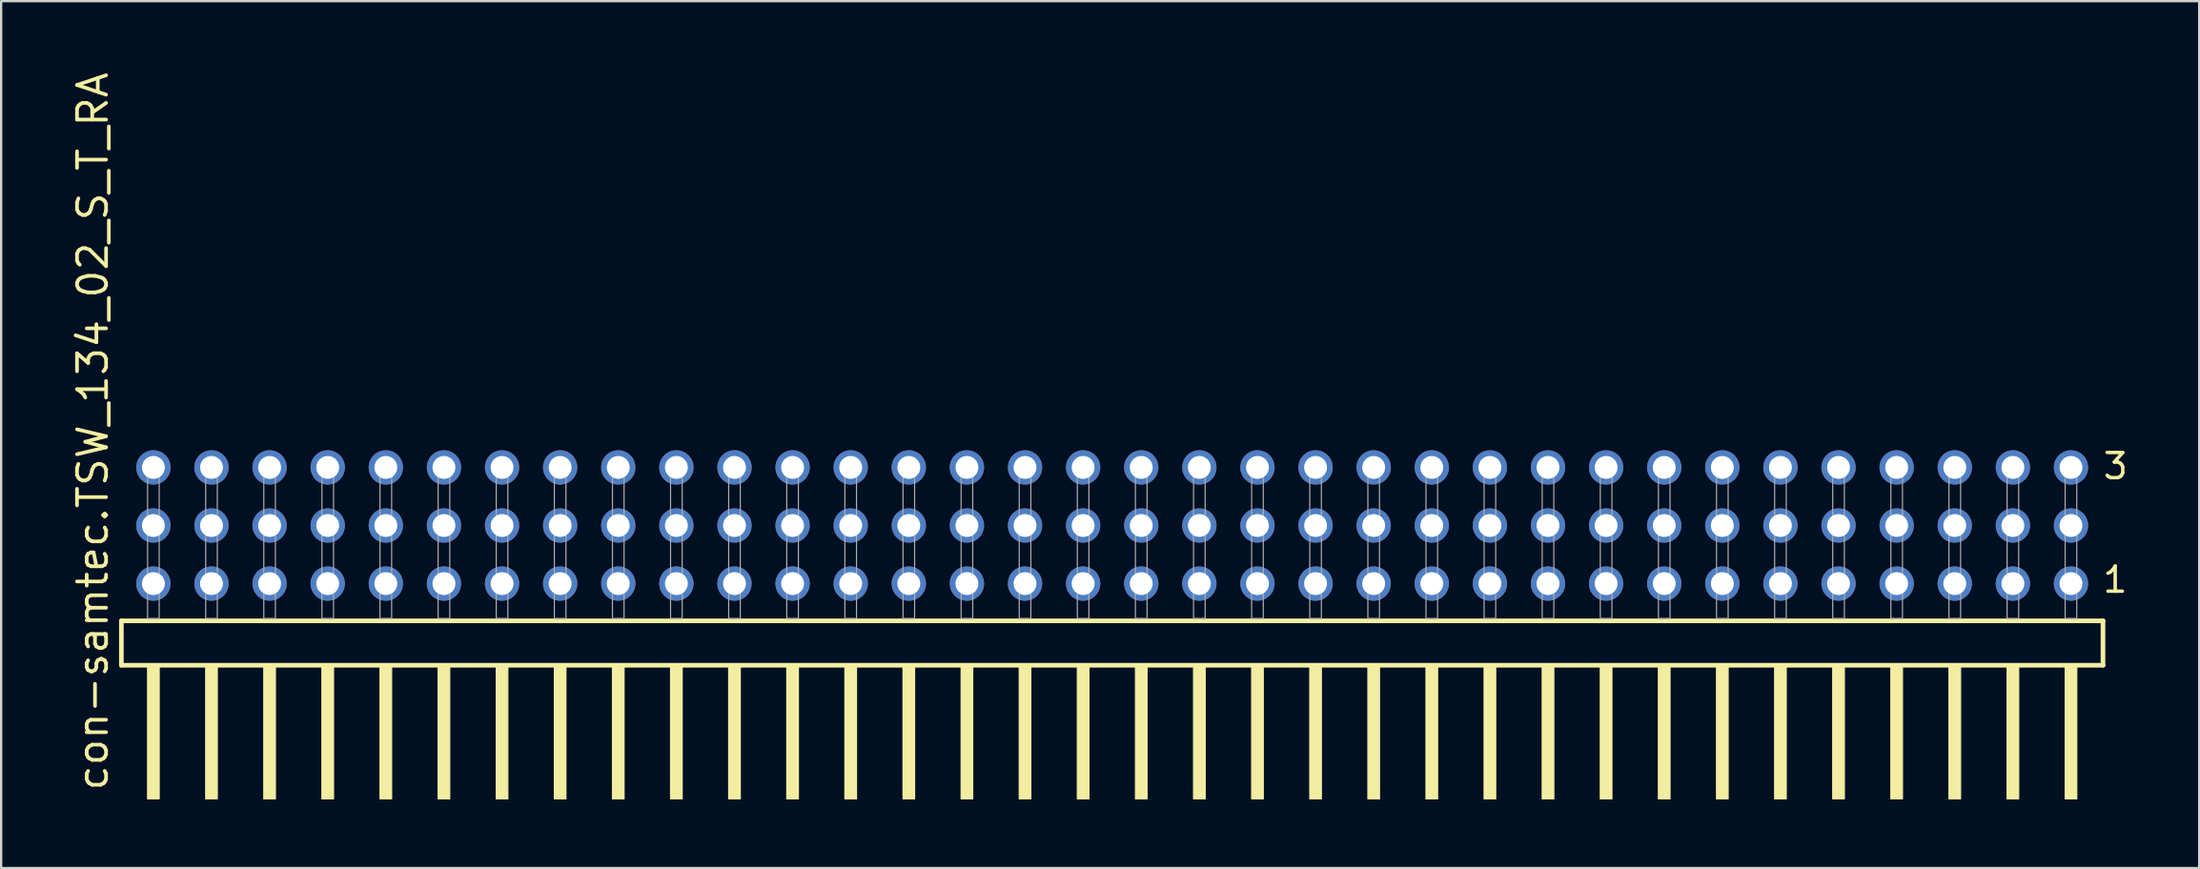
<source format=kicad_pcb>
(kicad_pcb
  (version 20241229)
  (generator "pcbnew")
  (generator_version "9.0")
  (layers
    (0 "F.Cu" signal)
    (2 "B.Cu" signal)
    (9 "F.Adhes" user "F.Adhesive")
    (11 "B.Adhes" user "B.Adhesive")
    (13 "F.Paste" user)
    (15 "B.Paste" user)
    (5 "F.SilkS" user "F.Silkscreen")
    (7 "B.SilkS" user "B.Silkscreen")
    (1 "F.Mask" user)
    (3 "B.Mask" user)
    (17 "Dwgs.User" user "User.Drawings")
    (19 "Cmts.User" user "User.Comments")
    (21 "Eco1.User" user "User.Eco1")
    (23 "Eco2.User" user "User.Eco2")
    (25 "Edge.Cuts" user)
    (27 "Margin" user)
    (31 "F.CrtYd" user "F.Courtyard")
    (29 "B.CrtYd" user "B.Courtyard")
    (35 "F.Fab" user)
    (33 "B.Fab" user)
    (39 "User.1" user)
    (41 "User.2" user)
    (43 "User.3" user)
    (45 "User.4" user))
  (footprint "con-samtec.TSW_134_02_S_T_RA"
    (layer "F.Cu")
    (at 45.565 23.993)
    (property "Reference" "con-samtec.TSW_134_02_S_T_RA" (at -43.815 7.62 90) (layer "F.SilkS") (effects (font (size 1.27 1.27) (thickness 0.16)) (justify left bottom)))
    (attr through_hole)
    (fp_line (start -43.309 0.106) (end -43.309 2.046) (stroke (width 0.203) (type default)) (layer "F.SilkS"))
    (fp_line (start -43.309 2.046) (end 43.309 2.046) (stroke (width 0.203) (type default)) (layer "F.SilkS"))
    (fp_line (start 43.309 0.106) (end -43.309 0.106) (stroke (width 0.203) (type default)) (layer "F.SilkS"))
    (fp_line (start 43.309 2.046) (end 43.309 0.106) (stroke (width 0.203) (type default)) (layer "F.SilkS"))
    (fp_rect (start -42.164 7.89) (end -41.656 2.04) (stroke (width 0.05) (type default)) (fill yes) (layer "F.SilkS"))
    (fp_rect (start -39.624 7.89) (end -39.116 2.04) (stroke (width 0.05) (type default)) (fill yes) (layer "F.SilkS"))
    (fp_rect (start -37.084 7.89) (end -36.576 2.04) (stroke (width 0.05) (type default)) (fill yes) (layer "F.SilkS"))
    (fp_rect (start -34.544 7.89) (end -34.036 2.04) (stroke (width 0.05) (type default)) (fill yes) (layer "F.SilkS"))
    (fp_rect (start -32.004 7.89) (end -31.496 2.04) (stroke (width 0.05) (type default)) (fill yes) (layer "F.SilkS"))
    (fp_rect (start -29.464 7.89) (end -28.956 2.04) (stroke (width 0.05) (type default)) (fill yes) (layer "F.SilkS"))
    (fp_rect (start -26.924 7.89) (end -26.416 2.04) (stroke (width 0.05) (type default)) (fill yes) (layer "F.SilkS"))
    (fp_rect (start -24.384 7.89) (end -23.876 2.04) (stroke (width 0.05) (type default)) (fill yes) (layer "F.SilkS"))
    (fp_rect (start -21.844 7.89) (end -21.336 2.04) (stroke (width 0.05) (type default)) (fill yes) (layer "F.SilkS"))
    (fp_rect (start -19.304 7.89) (end -18.796 2.04) (stroke (width 0.05) (type default)) (fill yes) (layer "F.SilkS"))
    (fp_rect (start -16.764 7.89) (end -16.256 2.04) (stroke (width 0.05) (type default)) (fill yes) (layer "F.SilkS"))
    (fp_rect (start -14.224 7.89) (end -13.716 2.04) (stroke (width 0.05) (type default)) (fill yes) (layer "F.SilkS"))
    (fp_rect (start -11.684 7.89) (end -11.176 2.04) (stroke (width 0.05) (type default)) (fill yes) (layer "F.SilkS"))
    (fp_rect (start -9.144 7.89) (end -8.636 2.04) (stroke (width 0.05) (type default)) (fill yes) (layer "F.SilkS"))
    (fp_rect (start -6.604 7.89) (end -6.096 2.04) (stroke (width 0.05) (type default)) (fill yes) (layer "F.SilkS"))
    (fp_rect (start -4.064 7.89) (end -3.556 2.04) (stroke (width 0.05) (type default)) (fill yes) (layer "F.SilkS"))
    (fp_rect (start -1.524 7.89) (end -1.016 2.04) (stroke (width 0.05) (type default)) (fill yes) (layer "F.SilkS"))
    (fp_rect (start 1.016 7.89) (end 1.524 2.04) (stroke (width 0.05) (type default)) (fill yes) (layer "F.SilkS"))
    (fp_rect (start 3.556 7.89) (end 4.064 2.04) (stroke (width 0.05) (type default)) (fill yes) (layer "F.SilkS"))
    (fp_rect (start 6.096 7.89) (end 6.604 2.04) (stroke (width 0.05) (type default)) (fill yes) (layer "F.SilkS"))
    (fp_rect (start 8.636 7.89) (end 9.144 2.04) (stroke (width 0.05) (type default)) (fill yes) (layer "F.SilkS"))
    (fp_rect (start 11.176 7.89) (end 11.684 2.04) (stroke (width 0.05) (type default)) (fill yes) (layer "F.SilkS"))
    (fp_rect (start 13.716 7.89) (end 14.224 2.04) (stroke (width 0.05) (type default)) (fill yes) (layer "F.SilkS"))
    (fp_rect (start 16.256 7.89) (end 16.764 2.04) (stroke (width 0.05) (type default)) (fill yes) (layer "F.SilkS"))
    (fp_rect (start 18.796 7.89) (end 19.304 2.04) (stroke (width 0.05) (type default)) (fill yes) (layer "F.SilkS"))
    (fp_rect (start 21.336 7.89) (end 21.844 2.04) (stroke (width 0.05) (type default)) (fill yes) (layer "F.SilkS"))
    (fp_rect (start 23.876 7.89) (end 24.384 2.04) (stroke (width 0.05) (type default)) (fill yes) (layer "F.SilkS"))
    (fp_rect (start 26.416 7.89) (end 26.924 2.04) (stroke (width 0.05) (type default)) (fill yes) (layer "F.SilkS"))
    (fp_rect (start 28.956 7.89) (end 29.464 2.04) (stroke (width 0.05) (type default)) (fill yes) (layer "F.SilkS"))
    (fp_rect (start 31.496 7.89) (end 32.004 2.04) (stroke (width 0.05) (type default)) (fill yes) (layer "F.SilkS"))
    (fp_rect (start 34.036 7.89) (end 34.544 2.04) (stroke (width 0.05) (type default)) (fill yes) (layer "F.SilkS"))
    (fp_rect (start 36.576 7.89) (end 37.084 2.04) (stroke (width 0.05) (type default)) (fill yes) (layer "F.SilkS"))
    (fp_rect (start 39.116 7.89) (end 39.624 2.04) (stroke (width 0.05) (type default)) (fill yes) (layer "F.SilkS"))
    (fp_rect (start 41.656 7.89) (end 42.164 2.04) (stroke (width 0.05) (type default)) (fill yes) (layer "F.SilkS"))
    (fp_rect (start -42.164 0) (end -41.656 -6.858) (stroke (width 0.05) (type default)) (fill no) (layer "F.Fab"))
    (fp_rect (start -39.624 0) (end -39.116 -6.858) (stroke (width 0.05) (type default)) (fill no) (layer "F.Fab"))
    (fp_rect (start -37.084 0) (end -36.576 -6.858) (stroke (width 0.05) (type default)) (fill no) (layer "F.Fab"))
    (fp_rect (start -34.544 0) (end -34.036 -6.858) (stroke (width 0.05) (type default)) (fill no) (layer "F.Fab"))
    (fp_rect (start -32.004 0) (end -31.496 -6.858) (stroke (width 0.05) (type default)) (fill no) (layer "F.Fab"))
    (fp_rect (start -29.464 0) (end -28.956 -6.858) (stroke (width 0.05) (type default)) (fill no) (layer "F.Fab"))
    (fp_rect (start -26.924 0) (end -26.416 -6.858) (stroke (width 0.05) (type default)) (fill no) (layer "F.Fab"))
    (fp_rect (start -24.384 0) (end -23.876 -6.858) (stroke (width 0.05) (type default)) (fill no) (layer "F.Fab"))
    (fp_rect (start -21.844 0) (end -21.336 -6.858) (stroke (width 0.05) (type default)) (fill no) (layer "F.Fab"))
    (fp_rect (start -19.304 0) (end -18.796 -6.858) (stroke (width 0.05) (type default)) (fill no) (layer "F.Fab"))
    (fp_rect (start -16.764 0) (end -16.256 -6.858) (stroke (width 0.05) (type default)) (fill no) (layer "F.Fab"))
    (fp_rect (start -14.224 0) (end -13.716 -6.858) (stroke (width 0.05) (type default)) (fill no) (layer "F.Fab"))
    (fp_rect (start -11.684 0) (end -11.176 -6.858) (stroke (width 0.05) (type default)) (fill no) (layer "F.Fab"))
    (fp_rect (start -9.144 0) (end -8.636 -6.858) (stroke (width 0.05) (type default)) (fill no) (layer "F.Fab"))
    (fp_rect (start -6.604 0) (end -6.096 -6.858) (stroke (width 0.05) (type default)) (fill no) (layer "F.Fab"))
    (fp_rect (start -4.064 0) (end -3.556 -6.858) (stroke (width 0.05) (type default)) (fill no) (layer "F.Fab"))
    (fp_rect (start -1.524 0) (end -1.016 -6.858) (stroke (width 0.05) (type default)) (fill no) (layer "F.Fab"))
    (fp_rect (start 1.016 0) (end 1.524 -6.858) (stroke (width 0.05) (type default)) (fill no) (layer "F.Fab"))
    (fp_rect (start 3.556 0) (end 4.064 -6.858) (stroke (width 0.05) (type default)) (fill no) (layer "F.Fab"))
    (fp_rect (start 6.096 0) (end 6.604 -6.858) (stroke (width 0.05) (type default)) (fill no) (layer "F.Fab"))
    (fp_rect (start 8.636 0) (end 9.144 -6.858) (stroke (width 0.05) (type default)) (fill no) (layer "F.Fab"))
    (fp_rect (start 11.176 0) (end 11.684 -6.858) (stroke (width 0.05) (type default)) (fill no) (layer "F.Fab"))
    (fp_rect (start 13.716 0) (end 14.224 -6.858) (stroke (width 0.05) (type default)) (fill no) (layer "F.Fab"))
    (fp_rect (start 16.256 0) (end 16.764 -6.858) (stroke (width 0.05) (type default)) (fill no) (layer "F.Fab"))
    (fp_rect (start 18.796 0) (end 19.304 -6.858) (stroke (width 0.05) (type default)) (fill no) (layer "F.Fab"))
    (fp_rect (start 21.336 0) (end 21.844 -6.858) (stroke (width 0.05) (type default)) (fill no) (layer "F.Fab"))
    (fp_rect (start 23.876 0) (end 24.384 -6.858) (stroke (width 0.05) (type default)) (fill no) (layer "F.Fab"))
    (fp_rect (start 26.416 0) (end 26.924 -6.858) (stroke (width 0.05) (type default)) (fill no) (layer "F.Fab"))
    (fp_rect (start 28.956 0) (end 29.464 -6.858) (stroke (width 0.05) (type default)) (fill no) (layer "F.Fab"))
    (fp_rect (start 31.496 0) (end 32.004 -6.858) (stroke (width 0.05) (type default)) (fill no) (layer "F.Fab"))
    (fp_rect (start 34.036 0) (end 34.544 -6.858) (stroke (width 0.05) (type default)) (fill no) (layer "F.Fab"))
    (fp_rect (start 36.576 0) (end 37.084 -6.858) (stroke (width 0.05) (type default)) (fill no) (layer "F.Fab"))
    (fp_rect (start 39.116 0) (end 39.624 -6.858) (stroke (width 0.05) (type default)) (fill no) (layer "F.Fab"))
    (fp_rect (start 41.656 0) (end 42.164 -6.858) (stroke (width 0.05) (type default)) (fill no) (layer "F.Fab"))
    (fp_text user "3" (at 43.235 -6.015 0) (layer "F.SilkS") (effects (font (size 1.1 1.1) (thickness 0.15)) (justify left bottom)))
    (fp_text user "1" (at 43.22 -1.05 0) (layer "F.SilkS") (effects (font (size 1.1 1.1) (thickness 0.15)) (justify left bottom)))
    (pad "1" thru_hole circle (at 41.91 -1.524 180) (size 1.5 1.5) (drill 1) (layers "*.Cu" "*.Mask"))
    (pad "2" thru_hole circle (at 41.91 -4.064 180) (size 1.5 1.5) (drill 1) (layers "*.Cu" "*.Mask"))
    (pad "3" thru_hole circle (at 41.91 -6.604 180) (size 1.5 1.5) (drill 1) (layers "*.Cu" "*.Mask"))
    (pad "4" thru_hole circle (at 39.37 -1.524 180) (size 1.5 1.5) (drill 1) (layers "*.Cu" "*.Mask"))
    (pad "5" thru_hole circle (at 39.37 -4.064 180) (size 1.5 1.5) (drill 1) (layers "*.Cu" "*.Mask"))
    (pad "6" thru_hole circle (at 39.37 -6.604 180) (size 1.5 1.5) (drill 1) (layers "*.Cu" "*.Mask"))
    (pad "7" thru_hole circle (at 36.83 -1.524 180) (size 1.5 1.5) (drill 1) (layers "*.Cu" "*.Mask"))
    (pad "8" thru_hole circle (at 36.83 -4.064 180) (size 1.5 1.5) (drill 1) (layers "*.Cu" "*.Mask"))
    (pad "9" thru_hole circle (at 36.83 -6.604 180) (size 1.5 1.5) (drill 1) (layers "*.Cu" "*.Mask"))
    (pad "10" thru_hole circle (at 34.29 -1.524 180) (size 1.5 1.5) (drill 1) (layers "*.Cu" "*.Mask"))
    (pad "11" thru_hole circle (at 34.29 -4.064 180) (size 1.5 1.5) (drill 1) (layers "*.Cu" "*.Mask"))
    (pad "12" thru_hole circle (at 34.29 -6.604 180) (size 1.5 1.5) (drill 1) (layers "*.Cu" "*.Mask"))
    (pad "13" thru_hole circle (at 31.75 -1.524 180) (size 1.5 1.5) (drill 1) (layers "*.Cu" "*.Mask"))
    (pad "14" thru_hole circle (at 31.75 -4.064 180) (size 1.5 1.5) (drill 1) (layers "*.Cu" "*.Mask"))
    (pad "15" thru_hole circle (at 31.75 -6.604 180) (size 1.5 1.5) (drill 1) (layers "*.Cu" "*.Mask"))
    (pad "16" thru_hole circle (at 29.21 -1.524 180) (size 1.5 1.5) (drill 1) (layers "*.Cu" "*.Mask"))
    (pad "17" thru_hole circle (at 29.21 -4.064 180) (size 1.5 1.5) (drill 1) (layers "*.Cu" "*.Mask"))
    (pad "18" thru_hole circle (at 29.21 -6.604 180) (size 1.5 1.5) (drill 1) (layers "*.Cu" "*.Mask"))
    (pad "19" thru_hole circle (at 26.67 -1.524 180) (size 1.5 1.5) (drill 1) (layers "*.Cu" "*.Mask"))
    (pad "20" thru_hole circle (at 26.67 -4.064 180) (size 1.5 1.5) (drill 1) (layers "*.Cu" "*.Mask"))
    (pad "21" thru_hole circle (at 26.67 -6.604 180) (size 1.5 1.5) (drill 1) (layers "*.Cu" "*.Mask"))
    (pad "22" thru_hole circle (at 24.13 -1.524 180) (size 1.5 1.5) (drill 1) (layers "*.Cu" "*.Mask"))
    (pad "23" thru_hole circle (at 24.13 -4.064 180) (size 1.5 1.5) (drill 1) (layers "*.Cu" "*.Mask"))
    (pad "24" thru_hole circle (at 24.13 -6.604 180) (size 1.5 1.5) (drill 1) (layers "*.Cu" "*.Mask"))
    (pad "25" thru_hole circle (at 21.59 -1.524 180) (size 1.5 1.5) (drill 1) (layers "*.Cu" "*.Mask"))
    (pad "26" thru_hole circle (at 21.59 -4.064 180) (size 1.5 1.5) (drill 1) (layers "*.Cu" "*.Mask"))
    (pad "27" thru_hole circle (at 21.59 -6.604 180) (size 1.5 1.5) (drill 1) (layers "*.Cu" "*.Mask"))
    (pad "28" thru_hole circle (at 19.05 -1.524 180) (size 1.5 1.5) (drill 1) (layers "*.Cu" "*.Mask"))
    (pad "29" thru_hole circle (at 19.05 -4.064 180) (size 1.5 1.5) (drill 1) (layers "*.Cu" "*.Mask"))
    (pad "30" thru_hole circle (at 19.05 -6.604 180) (size 1.5 1.5) (drill 1) (layers "*.Cu" "*.Mask"))
    (pad "31" thru_hole circle (at 16.51 -1.524 180) (size 1.5 1.5) (drill 1) (layers "*.Cu" "*.Mask"))
    (pad "32" thru_hole circle (at 16.51 -4.064 180) (size 1.5 1.5) (drill 1) (layers "*.Cu" "*.Mask"))
    (pad "33" thru_hole circle (at 16.51 -6.604 180) (size 1.5 1.5) (drill 1) (layers "*.Cu" "*.Mask"))
    (pad "34" thru_hole circle (at 13.97 -1.524 180) (size 1.5 1.5) (drill 1) (layers "*.Cu" "*.Mask"))
    (pad "35" thru_hole circle (at 13.97 -4.064 180) (size 1.5 1.5) (drill 1) (layers "*.Cu" "*.Mask"))
    (pad "36" thru_hole circle (at 13.97 -6.604 180) (size 1.5 1.5) (drill 1) (layers "*.Cu" "*.Mask"))
    (pad "37" thru_hole circle (at 11.43 -1.524 180) (size 1.5 1.5) (drill 1) (layers "*.Cu" "*.Mask"))
    (pad "38" thru_hole circle (at 11.43 -4.064 180) (size 1.5 1.5) (drill 1) (layers "*.Cu" "*.Mask"))
    (pad "39" thru_hole circle (at 11.43 -6.604 180) (size 1.5 1.5) (drill 1) (layers "*.Cu" "*.Mask"))
    (pad "40" thru_hole circle (at 8.89 -1.524 180) (size 1.5 1.5) (drill 1) (layers "*.Cu" "*.Mask"))
    (pad "41" thru_hole circle (at 8.89 -4.064 180) (size 1.5 1.5) (drill 1) (layers "*.Cu" "*.Mask"))
    (pad "42" thru_hole circle (at 8.89 -6.604 180) (size 1.5 1.5) (drill 1) (layers "*.Cu" "*.Mask"))
    (pad "43" thru_hole circle (at 6.35 -1.524 180) (size 1.5 1.5) (drill 1) (layers "*.Cu" "*.Mask"))
    (pad "44" thru_hole circle (at 6.35 -4.064 180) (size 1.5 1.5) (drill 1) (layers "*.Cu" "*.Mask"))
    (pad "45" thru_hole circle (at 6.35 -6.604 180) (size 1.5 1.5) (drill 1) (layers "*.Cu" "*.Mask"))
    (pad "46" thru_hole circle (at 3.81 -1.524 180) (size 1.5 1.5) (drill 1) (layers "*.Cu" "*.Mask"))
    (pad "47" thru_hole circle (at 3.81 -4.064 180) (size 1.5 1.5) (drill 1) (layers "*.Cu" "*.Mask"))
    (pad "48" thru_hole circle (at 3.81 -6.604 180) (size 1.5 1.5) (drill 1) (layers "*.Cu" "*.Mask"))
    (pad "49" thru_hole circle (at 1.27 -1.524 180) (size 1.5 1.5) (drill 1) (layers "*.Cu" "*.Mask"))
    (pad "50" thru_hole circle (at 1.27 -4.064 180) (size 1.5 1.5) (drill 1) (layers "*.Cu" "*.Mask"))
    (pad "51" thru_hole circle (at 1.27 -6.604 180) (size 1.5 1.5) (drill 1) (layers "*.Cu" "*.Mask"))
    (pad "52" thru_hole circle (at -1.27 -1.524 180) (size 1.5 1.5) (drill 1) (layers "*.Cu" "*.Mask"))
    (pad "53" thru_hole circle (at -1.27 -4.064 180) (size 1.5 1.5) (drill 1) (layers "*.Cu" "*.Mask"))
    (pad "54" thru_hole circle (at -1.27 -6.604 180) (size 1.5 1.5) (drill 1) (layers "*.Cu" "*.Mask"))
    (pad "55" thru_hole circle (at -3.81 -1.524 180) (size 1.5 1.5) (drill 1) (layers "*.Cu" "*.Mask"))
    (pad "56" thru_hole circle (at -3.81 -4.064 180) (size 1.5 1.5) (drill 1) (layers "*.Cu" "*.Mask"))
    (pad "57" thru_hole circle (at -3.81 -6.604 180) (size 1.5 1.5) (drill 1) (layers "*.Cu" "*.Mask"))
    (pad "58" thru_hole circle (at -6.35 -1.524 180) (size 1.5 1.5) (drill 1) (layers "*.Cu" "*.Mask"))
    (pad "59" thru_hole circle (at -6.35 -4.064 180) (size 1.5 1.5) (drill 1) (layers "*.Cu" "*.Mask"))
    (pad "60" thru_hole circle (at -6.35 -6.604 180) (size 1.5 1.5) (drill 1) (layers "*.Cu" "*.Mask"))
    (pad "61" thru_hole circle (at -8.89 -1.524 180) (size 1.5 1.5) (drill 1) (layers "*.Cu" "*.Mask"))
    (pad "62" thru_hole circle (at -8.89 -4.064 180) (size 1.5 1.5) (drill 1) (layers "*.Cu" "*.Mask"))
    (pad "63" thru_hole circle (at -8.89 -6.604 180) (size 1.5 1.5) (drill 1) (layers "*.Cu" "*.Mask"))
    (pad "64" thru_hole circle (at -11.43 -1.524 180) (size 1.5 1.5) (drill 1) (layers "*.Cu" "*.Mask"))
    (pad "65" thru_hole circle (at -11.43 -4.064 180) (size 1.5 1.5) (drill 1) (layers "*.Cu" "*.Mask"))
    (pad "66" thru_hole circle (at -11.43 -6.604 180) (size 1.5 1.5) (drill 1) (layers "*.Cu" "*.Mask"))
    (pad "67" thru_hole circle (at -13.97 -1.524 180) (size 1.5 1.5) (drill 1) (layers "*.Cu" "*.Mask"))
    (pad "68" thru_hole circle (at -13.97 -4.064 180) (size 1.5 1.5) (drill 1) (layers "*.Cu" "*.Mask"))
    (pad "69" thru_hole circle (at -13.97 -6.604 180) (size 1.5 1.5) (drill 1) (layers "*.Cu" "*.Mask"))
    (pad "70" thru_hole circle (at -16.51 -1.524 180) (size 1.5 1.5) (drill 1) (layers "*.Cu" "*.Mask"))
    (pad "71" thru_hole circle (at -16.51 -4.064 180) (size 1.5 1.5) (drill 1) (layers "*.Cu" "*.Mask"))
    (pad "72" thru_hole circle (at -16.51 -6.604 180) (size 1.5 1.5) (drill 1) (layers "*.Cu" "*.Mask"))
    (pad "73" thru_hole circle (at -19.05 -1.524 180) (size 1.5 1.5) (drill 1) (layers "*.Cu" "*.Mask"))
    (pad "74" thru_hole circle (at -19.05 -4.064 180) (size 1.5 1.5) (drill 1) (layers "*.Cu" "*.Mask"))
    (pad "75" thru_hole circle (at -19.05 -6.604 180) (size 1.5 1.5) (drill 1) (layers "*.Cu" "*.Mask"))
    (pad "76" thru_hole circle (at -21.59 -1.524 180) (size 1.5 1.5) (drill 1) (layers "*.Cu" "*.Mask"))
    (pad "77" thru_hole circle (at -21.59 -4.064 180) (size 1.5 1.5) (drill 1) (layers "*.Cu" "*.Mask"))
    (pad "78" thru_hole circle (at -21.59 -6.604 180) (size 1.5 1.5) (drill 1) (layers "*.Cu" "*.Mask"))
    (pad "79" thru_hole circle (at -24.13 -1.524 180) (size 1.5 1.5) (drill 1) (layers "*.Cu" "*.Mask"))
    (pad "80" thru_hole circle (at -24.13 -4.064 180) (size 1.5 1.5) (drill 1) (layers "*.Cu" "*.Mask"))
    (pad "81" thru_hole circle (at -24.13 -6.604 180) (size 1.5 1.5) (drill 1) (layers "*.Cu" "*.Mask"))
    (pad "82" thru_hole circle (at -26.67 -1.524 180) (size 1.5 1.5) (drill 1) (layers "*.Cu" "*.Mask"))
    (pad "83" thru_hole circle (at -26.67 -4.064 180) (size 1.5 1.5) (drill 1) (layers "*.Cu" "*.Mask"))
    (pad "84" thru_hole circle (at -26.67 -6.604 180) (size 1.5 1.5) (drill 1) (layers "*.Cu" "*.Mask"))
    (pad "85" thru_hole circle (at -29.21 -1.524 180) (size 1.5 1.5) (drill 1) (layers "*.Cu" "*.Mask"))
    (pad "86" thru_hole circle (at -29.21 -4.064 180) (size 1.5 1.5) (drill 1) (layers "*.Cu" "*.Mask"))
    (pad "87" thru_hole circle (at -29.21 -6.604 180) (size 1.5 1.5) (drill 1) (layers "*.Cu" "*.Mask"))
    (pad "88" thru_hole circle (at -31.75 -1.524 180) (size 1.5 1.5) (drill 1) (layers "*.Cu" "*.Mask"))
    (pad "89" thru_hole circle (at -31.75 -4.064 180) (size 1.5 1.5) (drill 1) (layers "*.Cu" "*.Mask"))
    (pad "90" thru_hole circle (at -31.75 -6.604 180) (size 1.5 1.5) (drill 1) (layers "*.Cu" "*.Mask"))
    (pad "91" thru_hole circle (at -34.29 -1.524 180) (size 1.5 1.5) (drill 1) (layers "*.Cu" "*.Mask"))
    (pad "92" thru_hole circle (at -34.29 -4.064 180) (size 1.5 1.5) (drill 1) (layers "*.Cu" "*.Mask"))
    (pad "93" thru_hole circle (at -34.29 -6.604 180) (size 1.5 1.5) (drill 1) (layers "*.Cu" "*.Mask"))
    (pad "94" thru_hole circle (at -36.83 -1.524 180) (size 1.5 1.5) (drill 1) (layers "*.Cu" "*.Mask"))
    (pad "95" thru_hole circle (at -36.83 -4.064 180) (size 1.5 1.5) (drill 1) (layers "*.Cu" "*.Mask"))
    (pad "96" thru_hole circle (at -36.83 -6.604 180) (size 1.5 1.5) (drill 1) (layers "*.Cu" "*.Mask"))
    (pad "97" thru_hole circle (at -39.37 -1.524 180) (size 1.5 1.5) (drill 1) (layers "*.Cu" "*.Mask"))
    (pad "98" thru_hole circle (at -39.37 -4.064 180) (size 1.5 1.5) (drill 1) (layers "*.Cu" "*.Mask"))
    (pad "99" thru_hole circle (at -39.37 -6.604 180) (size 1.5 1.5) (drill 1) (layers "*.Cu" "*.Mask"))
    (pad "100" thru_hole circle (at -41.91 -1.524 180) (size 1.5 1.5) (drill 1) (layers "*.Cu" "*.Mask"))
    (pad "101" thru_hole circle (at -41.91 -4.064 180) (size 1.5 1.5) (drill 1) (layers "*.Cu" "*.Mask"))
    (pad "102" thru_hole circle (at -41.91 -6.604 180) (size 1.5 1.5) (drill 1) (layers "*.Cu" "*.Mask")))
  (gr_rect
    (start -3 -3)
    (end 93.078 34.908)
    (stroke (width 0.1) (type default))
    (fill no)
    (layer "Edge.Cuts")))
</source>
